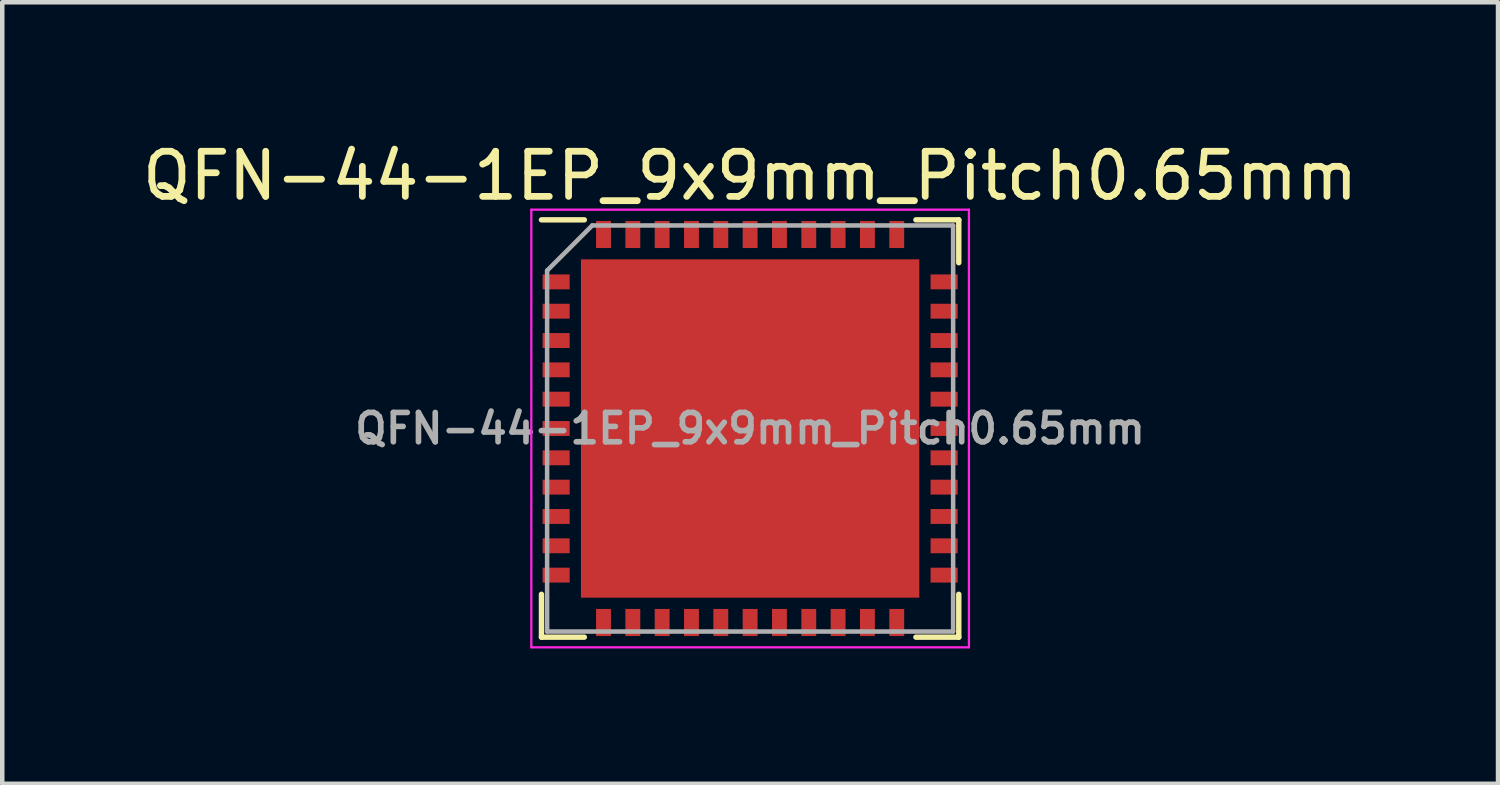
<source format=kicad_pcb>
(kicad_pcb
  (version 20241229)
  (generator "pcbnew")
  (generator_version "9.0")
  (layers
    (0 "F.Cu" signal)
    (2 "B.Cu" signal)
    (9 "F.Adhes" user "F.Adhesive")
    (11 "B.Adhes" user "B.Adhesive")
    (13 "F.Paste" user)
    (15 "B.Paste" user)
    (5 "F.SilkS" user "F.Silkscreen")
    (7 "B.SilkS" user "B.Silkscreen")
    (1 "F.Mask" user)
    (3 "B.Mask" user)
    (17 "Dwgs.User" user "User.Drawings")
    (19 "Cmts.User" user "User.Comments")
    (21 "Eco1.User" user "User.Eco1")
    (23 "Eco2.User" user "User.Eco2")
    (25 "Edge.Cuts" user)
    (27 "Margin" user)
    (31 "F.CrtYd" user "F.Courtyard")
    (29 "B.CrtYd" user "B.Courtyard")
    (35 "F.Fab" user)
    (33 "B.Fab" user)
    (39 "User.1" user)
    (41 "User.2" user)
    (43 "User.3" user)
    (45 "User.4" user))
  (footprint "QFN-44-1EP_9x9mm_Pitch0.65mm"
    (layer "F.Cu")
    (at 13.577 6.448)
    (property "Reference" "QFN-44-1EP_9x9mm_Pitch0.65mm" (at 0 -5.6 0) (layer "F.SilkS") (effects (font (size 1 1) (thickness 0.15))))
    (attr smd)
    (fp_line (start -4.625 -4.625) (end -3.675 -4.625) (stroke (width 0.12) (type solid)) (layer "F.SilkS"))
    (fp_line (start -4.625 4.625) (end -4.625 3.675) (stroke (width 0.12) (type solid)) (layer "F.SilkS"))
    (fp_line (start -3.675 4.625) (end -4.625 4.625) (stroke (width 0.12) (type solid)) (layer "F.SilkS"))
    (fp_line (start 3.675 -4.625) (end 4.625 -4.625) (stroke (width 0.12) (type solid)) (layer "F.SilkS"))
    (fp_line (start 3.675 4.625) (end 4.625 4.625) (stroke (width 0.12) (type solid)) (layer "F.SilkS"))
    (fp_line (start 4.625 -4.625) (end 4.625 -3.675) (stroke (width 0.12) (type solid)) (layer "F.SilkS"))
    (fp_line (start 4.625 4.625) (end 4.625 3.675) (stroke (width 0.12) (type solid)) (layer "F.SilkS"))
    (fp_line (start -4.85 -4.85) (end -4.85 4.85) (stroke (width 0.05) (type solid)) (layer "F.CrtYd"))
    (fp_line (start -4.85 4.85) (end 4.85 4.85) (stroke (width 0.05) (type solid)) (layer "F.CrtYd"))
    (fp_line (start 4.85 -4.85) (end -4.85 -4.85) (stroke (width 0.05) (type solid)) (layer "F.CrtYd"))
    (fp_line (start 4.85 4.85) (end 4.85 -4.85) (stroke (width 0.05) (type solid)) (layer "F.CrtYd"))
    (fp_line (start -4.5 -3.5) (end -3.5 -4.5) (stroke (width 0.1) (type solid)) (layer "F.Fab"))
    (fp_line (start -4.5 4.5) (end -4.5 -3.5) (stroke (width 0.1) (type solid)) (layer "F.Fab"))
    (fp_line (start -3.5 -4.5) (end 4.5 -4.5) (stroke (width 0.1) (type solid)) (layer "F.Fab"))
    (fp_line (start 4.5 -4.5) (end 4.5 4.5) (stroke (width 0.1) (type solid)) (layer "F.Fab"))
    (fp_line (start 4.5 4.5) (end -4.5 4.5) (stroke (width 0.1) (type solid)) (layer "F.Fab"))
    (fp_text user "${REFERENCE}" (at 0 0 0) (layer "F.Fab") (effects (font (size 0.65 0.65) (thickness 0.125))))
    (pad "" smd rect (at -1.875 -1.875) (size 2.65 2.65) (layers "F.Paste"))
    (pad "" smd rect (at -1.875 1.875) (size 2.65 2.65) (layers "F.Paste"))
    (pad "" smd rect (at 1.875 -1.875) (size 2.65 2.65) (layers "F.Paste"))
    (pad "" smd rect (at 1.875 1.875) (size 2.65 2.65) (layers "F.Paste"))
    (pad "1" smd rect (at -4.3 -3.25) (size 0.6 0.33) (layers "F.Cu" "F.Mask" "F.Paste"))
    (pad "2" smd rect (at -4.3 -2.6) (size 0.6 0.33) (layers "F.Cu" "F.Mask" "F.Paste"))
    (pad "3" smd rect (at -4.3 -1.95) (size 0.6 0.33) (layers "F.Cu" "F.Mask" "F.Paste"))
    (pad "4" smd rect (at -4.3 -1.3) (size 0.6 0.33) (layers "F.Cu" "F.Mask" "F.Paste"))
    (pad "5" smd rect (at -4.3 -0.65) (size 0.6 0.33) (layers "F.Cu" "F.Mask" "F.Paste"))
    (pad "6" smd rect (at -4.3 0) (size 0.6 0.33) (layers "F.Cu" "F.Mask" "F.Paste"))
    (pad "7" smd rect (at -4.3 0.65) (size 0.6 0.33) (layers "F.Cu" "F.Mask" "F.Paste"))
    (pad "8" smd rect (at -4.3 1.3) (size 0.6 0.33) (layers "F.Cu" "F.Mask" "F.Paste"))
    (pad "9" smd rect (at -4.3 1.95) (size 0.6 0.33) (layers "F.Cu" "F.Mask" "F.Paste"))
    (pad "10" smd rect (at -4.3 2.6) (size 0.6 0.33) (layers "F.Cu" "F.Mask" "F.Paste"))
    (pad "11" smd rect (at -4.3 3.25) (size 0.6 0.33) (layers "F.Cu" "F.Mask" "F.Paste"))
    (pad "12" smd rect (at -3.25 4.3 90) (size 0.6 0.33) (layers "F.Cu" "F.Mask" "F.Paste"))
    (pad "13" smd rect (at -2.6 4.3 90) (size 0.6 0.33) (layers "F.Cu" "F.Mask" "F.Paste"))
    (pad "14" smd rect (at -1.95 4.3 90) (size 0.6 0.33) (layers "F.Cu" "F.Mask" "F.Paste"))
    (pad "15" smd rect (at -1.3 4.3 90) (size 0.6 0.33) (layers "F.Cu" "F.Mask" "F.Paste"))
    (pad "16" smd rect (at -0.65 4.3 90) (size 0.6 0.33) (layers "F.Cu" "F.Mask" "F.Paste"))
    (pad "17" smd rect (at 0 4.3 90) (size 0.6 0.33) (layers "F.Cu" "F.Mask" "F.Paste"))
    (pad "18" smd rect (at 0.65 4.3 90) (size 0.6 0.33) (layers "F.Cu" "F.Mask" "F.Paste"))
    (pad "19" smd rect (at 1.3 4.3 90) (size 0.6 0.33) (layers "F.Cu" "F.Mask" "F.Paste"))
    (pad "20" smd rect (at 1.95 4.3 90) (size 0.6 0.33) (layers "F.Cu" "F.Mask" "F.Paste"))
    (pad "21" smd rect (at 2.6 4.3 90) (size 0.6 0.33) (layers "F.Cu" "F.Mask" "F.Paste"))
    (pad "22" smd rect (at 3.25 4.3 90) (size 0.6 0.33) (layers "F.Cu" "F.Mask" "F.Paste"))
    (pad "23" smd rect (at 4.3 3.25) (size 0.6 0.33) (layers "F.Cu" "F.Mask" "F.Paste"))
    (pad "24" smd rect (at 4.3 2.6) (size 0.6 0.33) (layers "F.Cu" "F.Mask" "F.Paste"))
    (pad "25" smd rect (at 4.3 1.95) (size 0.6 0.33) (layers "F.Cu" "F.Mask" "F.Paste"))
    (pad "26" smd rect (at 4.3 1.3) (size 0.6 0.33) (layers "F.Cu" "F.Mask" "F.Paste"))
    (pad "27" smd rect (at 4.3 0.65) (size 0.6 0.33) (layers "F.Cu" "F.Mask" "F.Paste"))
    (pad "28" smd rect (at 4.3 0) (size 0.6 0.33) (layers "F.Cu" "F.Mask" "F.Paste"))
    (pad "29" smd rect (at 4.3 -0.65) (size 0.6 0.33) (layers "F.Cu" "F.Mask" "F.Paste"))
    (pad "30" smd rect (at 4.3 -1.3) (size 0.6 0.33) (layers "F.Cu" "F.Mask" "F.Paste"))
    (pad "31" smd rect (at 4.3 -1.95) (size 0.6 0.33) (layers "F.Cu" "F.Mask" "F.Paste"))
    (pad "32" smd rect (at 4.3 -2.6) (size 0.6 0.33) (layers "F.Cu" "F.Mask" "F.Paste"))
    (pad "33" smd rect (at 4.3 -3.25) (size 0.6 0.33) (layers "F.Cu" "F.Mask" "F.Paste"))
    (pad "34" smd rect (at 3.25 -4.3 90) (size 0.6 0.33) (layers "F.Cu" "F.Mask" "F.Paste"))
    (pad "35" smd rect (at 2.6 -4.3 90) (size 0.6 0.33) (layers "F.Cu" "F.Mask" "F.Paste"))
    (pad "36" smd rect (at 1.95 -4.3 90) (size 0.6 0.33) (layers "F.Cu" "F.Mask" "F.Paste"))
    (pad "37" smd rect (at 1.3 -4.3 90) (size 0.6 0.33) (layers "F.Cu" "F.Mask" "F.Paste"))
    (pad "38" smd rect (at 0.65 -4.3 90) (size 0.6 0.33) (layers "F.Cu" "F.Mask" "F.Paste"))
    (pad "39" smd rect (at 0 -4.3 90) (size 0.6 0.33) (layers "F.Cu" "F.Mask" "F.Paste"))
    (pad "40" smd rect (at -0.65 -4.3 90) (size 0.6 0.33) (layers "F.Cu" "F.Mask" "F.Paste"))
    (pad "41" smd rect (at -1.3 -4.3 90) (size 0.6 0.33) (layers "F.Cu" "F.Mask" "F.Paste"))
    (pad "42" smd rect (at -1.95 -4.3 90) (size 0.6 0.33) (layers "F.Cu" "F.Mask" "F.Paste"))
    (pad "43" smd rect (at -2.6 -4.3 90) (size 0.6 0.33) (layers "F.Cu" "F.Mask" "F.Paste"))
    (pad "44" smd rect (at -3.25 -4.3 90) (size 0.6 0.33) (layers "F.Cu" "F.Mask" "F.Paste"))
    (pad "45" smd rect (at 0 0) (size 7.5 7.5) (layers "F.Cu" "F.Mask")))
  (gr_rect
    (start -3 -3)
    (end 30.155 14.323)
    (stroke (width 0.1) (type default))
    (fill no)
    (layer "Edge.Cuts")))
</source>
